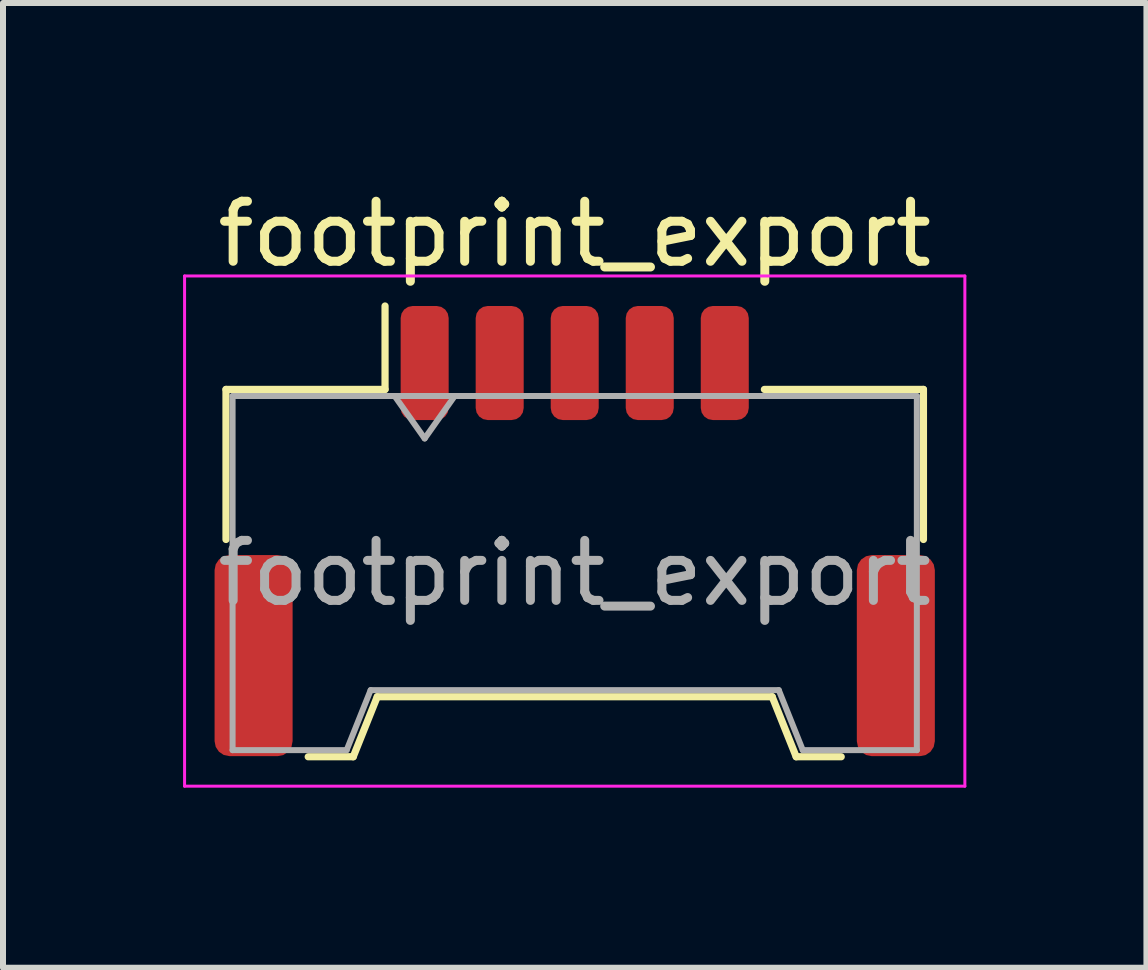
<source format=kicad_pcb>
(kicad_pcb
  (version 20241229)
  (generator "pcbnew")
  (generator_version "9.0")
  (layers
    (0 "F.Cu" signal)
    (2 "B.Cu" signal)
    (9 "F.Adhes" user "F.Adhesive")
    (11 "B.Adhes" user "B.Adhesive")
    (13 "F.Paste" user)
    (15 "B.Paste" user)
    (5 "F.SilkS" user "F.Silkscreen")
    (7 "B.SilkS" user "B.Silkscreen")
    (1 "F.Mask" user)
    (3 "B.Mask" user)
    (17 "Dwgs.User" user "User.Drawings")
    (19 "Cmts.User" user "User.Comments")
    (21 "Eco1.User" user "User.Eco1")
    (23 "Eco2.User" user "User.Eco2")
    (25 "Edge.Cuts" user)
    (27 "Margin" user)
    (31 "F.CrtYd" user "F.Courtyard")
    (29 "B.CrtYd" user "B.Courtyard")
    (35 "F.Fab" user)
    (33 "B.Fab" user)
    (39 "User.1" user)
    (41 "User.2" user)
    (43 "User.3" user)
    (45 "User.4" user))
  (footprint "footprint_export"
    (layer "F.Cu")
    (at 6.525 5.798)
    (property "Reference" "footprint_export" (at 0 -4.95 0) (layer "F.SilkS") (effects (font (size 1 1) (thickness 0.15))))
    (attr smd)
    (fp_line (start -5.81 -2.36) (end -3.16 -2.36) (stroke (width 0.12) (type solid)) (layer "F.SilkS"))
    (fp_line (start -5.81 0.14) (end -5.81 -2.36) (stroke (width 0.12) (type solid)) (layer "F.SilkS"))
    (fp_line (start -4.44 3.76) (end -3.69 3.76) (stroke (width 0.12) (type solid)) (layer "F.SilkS"))
    (fp_line (start -3.69 3.76) (end -3.29 2.76) (stroke (width 0.12) (type solid)) (layer "F.SilkS"))
    (fp_line (start -3.29 2.76) (end 3.29 2.76) (stroke (width 0.12) (type solid)) (layer "F.SilkS"))
    (fp_line (start -3.16 -2.36) (end -3.16 -3.75) (stroke (width 0.12) (type solid)) (layer "F.SilkS"))
    (fp_line (start 3.29 2.76) (end 3.69 3.76) (stroke (width 0.12) (type solid)) (layer "F.SilkS"))
    (fp_line (start 3.69 3.76) (end 4.44 3.76) (stroke (width 0.12) (type solid)) (layer "F.SilkS"))
    (fp_line (start 5.81 -2.36) (end 3.16 -2.36) (stroke (width 0.12) (type solid)) (layer "F.SilkS"))
    (fp_line (start 5.81 0.14) (end 5.81 -2.36) (stroke (width 0.12) (type solid)) (layer "F.SilkS"))
    (fp_line (start -6.5 -4.25) (end -6.5 4.25) (stroke (width 0.05) (type solid)) (layer "F.CrtYd"))
    (fp_line (start -6.5 4.25) (end 6.5 4.25) (stroke (width 0.05) (type solid)) (layer "F.CrtYd"))
    (fp_line (start 6.5 -4.25) (end -6.5 -4.25) (stroke (width 0.05) (type solid)) (layer "F.CrtYd"))
    (fp_line (start 6.5 4.25) (end 6.5 -4.25) (stroke (width 0.05) (type solid)) (layer "F.CrtYd"))
    (fp_line (start -5.7 -2.25) (end -5.7 3.65) (stroke (width 0.1) (type solid)) (layer "F.Fab"))
    (fp_line (start -5.7 -2.25) (end 5.7 -2.25) (stroke (width 0.1) (type solid)) (layer "F.Fab"))
    (fp_line (start -5.7 3.65) (end -3.8 3.65) (stroke (width 0.1) (type solid)) (layer "F.Fab"))
    (fp_line (start -3.8 3.65) (end -3.4 2.65) (stroke (width 0.1) (type solid)) (layer "F.Fab"))
    (fp_line (start -3.4 2.65) (end 3.4 2.65) (stroke (width 0.1) (type solid)) (layer "F.Fab"))
    (fp_line (start -3 -2.25) (end -2.5 -1.543) (stroke (width 0.1) (type solid)) (layer "F.Fab"))
    (fp_line (start -2.5 -1.543) (end -2 -2.25) (stroke (width 0.1) (type solid)) (layer "F.Fab"))
    (fp_line (start 3.4 2.65) (end 3.8 3.65) (stroke (width 0.1) (type solid)) (layer "F.Fab"))
    (fp_line (start 3.8 3.65) (end 5.7 3.65) (stroke (width 0.1) (type solid)) (layer "F.Fab"))
    (fp_line (start 5.7 -2.25) (end 5.7 3.65) (stroke (width 0.1) (type solid)) (layer "F.Fab"))
    (fp_text user "${REFERENCE}" (at 0 0.7 0) (layer "F.Fab") (effects (font (size 1 1) (thickness 0.15))))
    (pad "1" smd roundrect (at -2.5 -2.8) (size 0.8 1.9) (layers "F.Cu" "F.Mask" "F.Paste") (roundrect_rratio 0.25))
    (pad "2" smd roundrect (at -1.25 -2.8) (size 0.8 1.9) (layers "F.Cu" "F.Mask" "F.Paste") (roundrect_rratio 0.25))
    (pad "3" smd roundrect (at 0 -2.8) (size 0.8 1.9) (layers "F.Cu" "F.Mask" "F.Paste") (roundrect_rratio 0.25))
    (pad "4" smd roundrect (at 1.25 -2.8) (size 0.8 1.9) (layers "F.Cu" "F.Mask" "F.Paste") (roundrect_rratio 0.25))
    (pad "5" smd roundrect (at 2.5 -2.8) (size 0.8 1.9) (layers "F.Cu" "F.Mask" "F.Paste") (roundrect_rratio 0.25))
    (pad "MP" smd roundrect (at -5.35 2.075) (size 1.3 3.35) (layers "F.Cu" "F.Mask" "F.Paste") (roundrect_rratio 0.192))
    (pad "MP" smd roundrect (at 5.35 2.075) (size 1.3 3.35) (layers "F.Cu" "F.Mask" "F.Paste") (roundrect_rratio 0.192)))
  (gr_rect
    (start -3 -3)
    (end 16.05 13.073)
    (stroke (width 0.1) (type default))
    (fill no)
    (layer "Edge.Cuts")))
</source>
